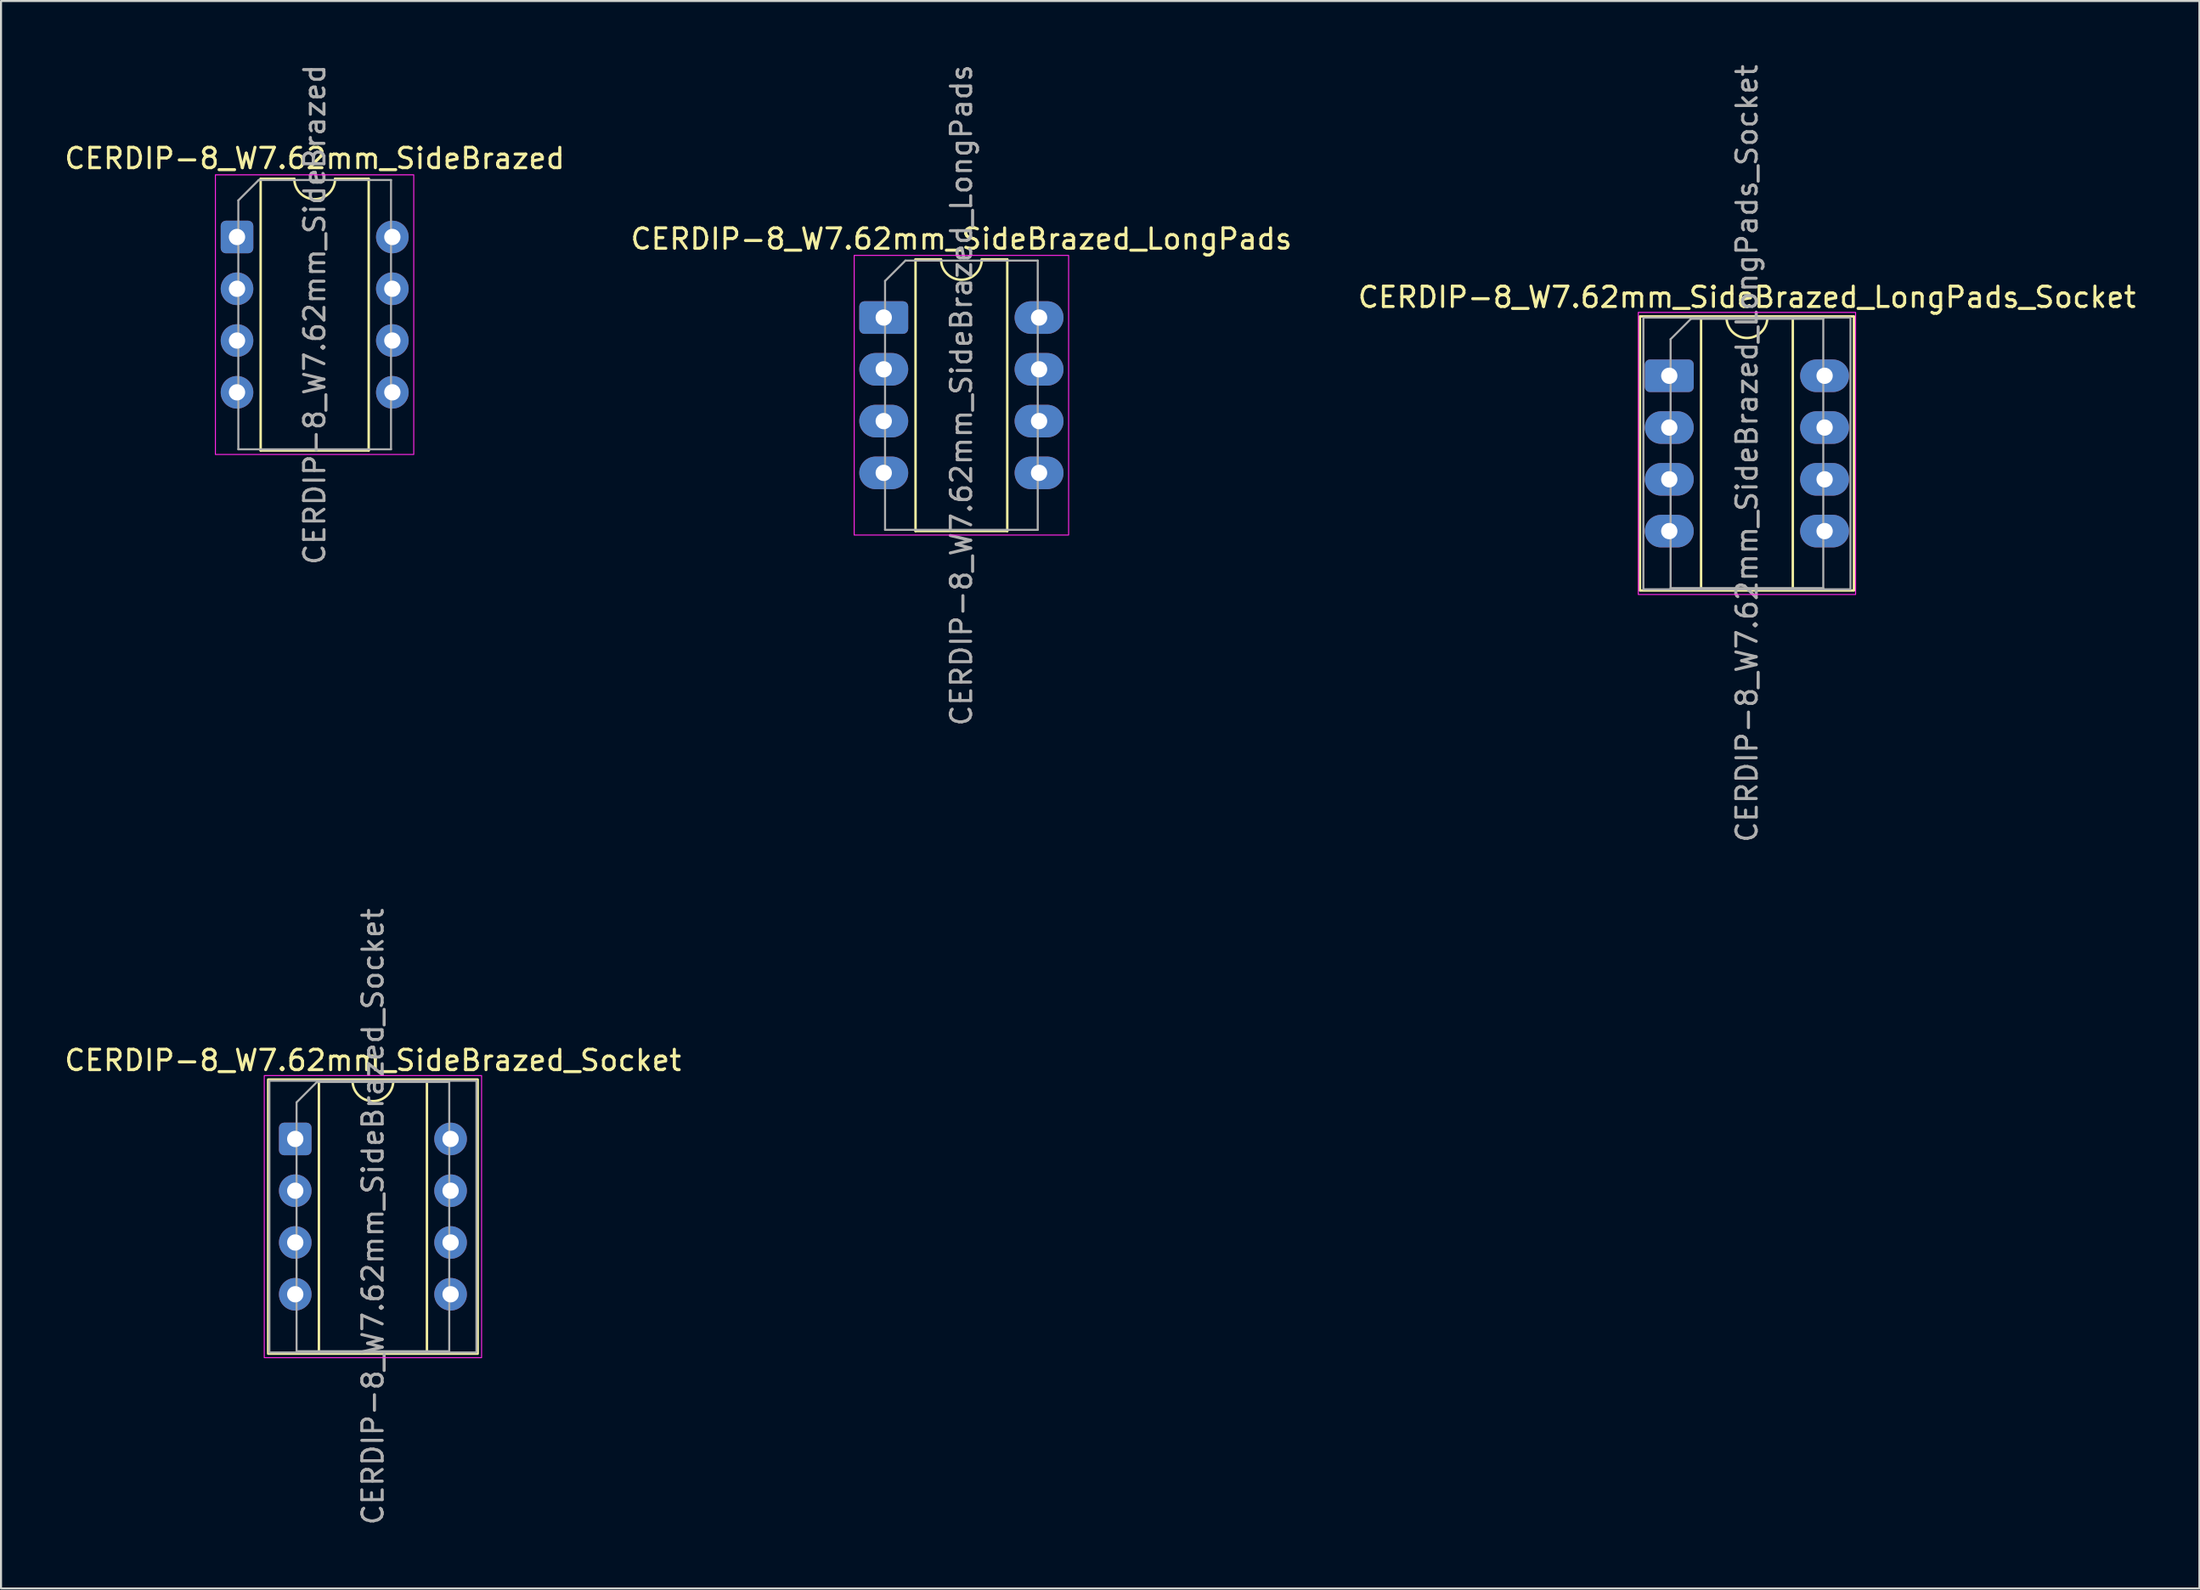
<source format=kicad_pcb>
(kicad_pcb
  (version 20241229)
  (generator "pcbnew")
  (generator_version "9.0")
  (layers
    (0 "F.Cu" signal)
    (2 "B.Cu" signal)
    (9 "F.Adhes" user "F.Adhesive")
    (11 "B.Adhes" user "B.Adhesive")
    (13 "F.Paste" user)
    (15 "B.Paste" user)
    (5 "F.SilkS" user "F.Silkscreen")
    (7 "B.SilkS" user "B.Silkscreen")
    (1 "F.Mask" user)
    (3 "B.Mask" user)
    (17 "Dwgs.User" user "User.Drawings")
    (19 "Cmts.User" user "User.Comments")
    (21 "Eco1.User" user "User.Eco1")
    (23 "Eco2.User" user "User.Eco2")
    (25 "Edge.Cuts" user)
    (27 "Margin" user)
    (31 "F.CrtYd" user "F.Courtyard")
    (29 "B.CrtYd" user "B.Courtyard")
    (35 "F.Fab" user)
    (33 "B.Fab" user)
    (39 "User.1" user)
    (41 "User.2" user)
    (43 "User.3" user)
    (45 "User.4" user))
  (footprint "CERDIP-8_W7.62mm_SideBrazed_LongPads"
    (layer "F.Cu")
    (at 40.303 12.529)
    (property "Reference" "CERDIP-8_W7.62mm_SideBrazed_LongPads" (at 3.81 -3.855 0) (layer "F.SilkS") (effects (font (size 1 1) (thickness 0.15))))
    (attr through_hole)
    (fp_line (start 1.56 -2.855) (end 1.56 10.475) (stroke (width 0.12) (type solid)) (layer "F.SilkS"))
    (fp_line (start 1.56 10.475) (end 6.06 10.475) (stroke (width 0.12) (type solid)) (layer "F.SilkS"))
    (fp_line (start 2.81 -2.855) (end 1.56 -2.855) (stroke (width 0.12) (type solid)) (layer "F.SilkS"))
    (fp_line (start 6.06 -2.855) (end 4.81 -2.855) (stroke (width 0.12) (type solid)) (layer "F.SilkS"))
    (fp_line (start 6.06 10.475) (end 6.06 -2.855) (stroke (width 0.12) (type solid)) (layer "F.SilkS"))
    (fp_arc (start 4.81 -2.855) (mid 3.81 -1.855) (end 2.81 -2.855) (stroke (width 0.12) (type solid)) (layer "F.SilkS"))
    (fp_rect (start -1.45 -3.05) (end 9.07 10.67) (stroke (width 0.05) (type solid)) (fill no) (layer "F.CrtYd"))
    (fp_line (start 0.065 -1.795) (end 1.065 -2.795) (stroke (width 0.1) (type solid)) (layer "F.Fab"))
    (fp_line (start 0.065 10.415) (end 0.065 -1.795) (stroke (width 0.1) (type solid)) (layer "F.Fab"))
    (fp_line (start 1.065 -2.795) (end 7.555 -2.795) (stroke (width 0.1) (type solid)) (layer "F.Fab"))
    (fp_line (start 7.555 -2.795) (end 7.555 10.415) (stroke (width 0.1) (type solid)) (layer "F.Fab"))
    (fp_line (start 7.555 10.415) (end 0.065 10.415) (stroke (width 0.1) (type solid)) (layer "F.Fab"))
    (fp_text user "${REFERENCE}" (at 3.81 3.81 90) (layer "F.Fab") (effects (font (size 1 1) (thickness 0.15))))
    (pad "1" thru_hole roundrect (at 0 0) (size 2.4 1.6) (drill 0.8) (layers "*.Cu" "*.Mask") (roundrect_rratio 0.156))
    (pad "2" thru_hole oval (at 0 2.54) (size 2.4 1.6) (drill 0.8) (layers "*.Cu" "*.Mask"))
    (pad "3" thru_hole oval (at 0 5.08) (size 2.4 1.6) (drill 0.8) (layers "*.Cu" "*.Mask"))
    (pad "4" thru_hole oval (at 0 7.62) (size 2.4 1.6) (drill 0.8) (layers "*.Cu" "*.Mask"))
    (pad "5" thru_hole oval (at 7.62 7.62) (size 2.4 1.6) (drill 0.8) (layers "*.Cu" "*.Mask"))
    (pad "6" thru_hole oval (at 7.62 5.08) (size 2.4 1.6) (drill 0.8) (layers "*.Cu" "*.Mask"))
    (pad "7" thru_hole oval (at 7.62 2.54) (size 2.4 1.6) (drill 0.8) (layers "*.Cu" "*.Mask"))
    (pad "8" thru_hole oval (at 7.62 0) (size 2.4 1.6) (drill 0.8) (layers "*.Cu" "*.Mask")))
  (footprint "CERDIP-8_W7.62mm_SideBrazed_Socket"
    (layer "F.Cu")
    (at 11.434 52.827)
    (property "Reference" "CERDIP-8_W7.62mm_SideBrazed_Socket" (at 3.81 -3.855 0) (layer "F.SilkS") (effects (font (size 1 1) (thickness 0.15))))
    (attr through_hole)
    (fp_line (start 1.16 -2.855) (end 1.16 10.475) (stroke (width 0.12) (type solid)) (layer "F.SilkS"))
    (fp_line (start 1.16 10.475) (end 6.46 10.475) (stroke (width 0.12) (type solid)) (layer "F.SilkS"))
    (fp_line (start 2.81 -2.855) (end 1.16 -2.855) (stroke (width 0.12) (type solid)) (layer "F.SilkS"))
    (fp_line (start 6.46 -2.855) (end 4.81 -2.855) (stroke (width 0.12) (type solid)) (layer "F.SilkS"))
    (fp_line (start 6.46 10.475) (end 6.46 -2.855) (stroke (width 0.12) (type solid)) (layer "F.SilkS"))
    (fp_rect (start -1.33 -2.915) (end 8.95 10.535) (stroke (width 0.12) (type solid)) (fill no) (layer "F.SilkS"))
    (fp_arc (start 4.81 -2.855) (mid 3.81 -1.855) (end 2.81 -2.855) (stroke (width 0.12) (type solid)) (layer "F.SilkS"))
    (fp_rect (start -1.52 -3.11) (end 9.14 10.73) (stroke (width 0.05) (type solid)) (fill no) (layer "F.CrtYd"))
    (fp_line (start 0.065 -1.795) (end 1.065 -2.795) (stroke (width 0.1) (type solid)) (layer "F.Fab"))
    (fp_line (start 0.065 10.415) (end 0.065 -1.795) (stroke (width 0.1) (type solid)) (layer "F.Fab"))
    (fp_line (start 1.065 -2.795) (end 7.555 -2.795) (stroke (width 0.1) (type solid)) (layer "F.Fab"))
    (fp_line (start 7.555 -2.795) (end 7.555 10.415) (stroke (width 0.1) (type solid)) (layer "F.Fab"))
    (fp_line (start 7.555 10.415) (end 0.065 10.415) (stroke (width 0.1) (type solid)) (layer "F.Fab"))
    (fp_rect (start -1.27 -2.855) (end 8.89 10.475) (stroke (width 0.1) (type solid)) (fill no) (layer "F.Fab"))
    (fp_text user "${REFERENCE}" (at 3.81 3.81 90) (layer "F.Fab") (effects (font (size 1 1) (thickness 0.15))))
    (pad "1" thru_hole roundrect (at 0 0) (size 1.6 1.6) (drill 0.8) (layers "*.Cu" "*.Mask") (roundrect_rratio 0.156))
    (pad "2" thru_hole circle (at 0 2.54) (size 1.6 1.6) (drill 0.8) (layers "*.Cu" "*.Mask"))
    (pad "3" thru_hole circle (at 0 5.08) (size 1.6 1.6) (drill 0.8) (layers "*.Cu" "*.Mask"))
    (pad "4" thru_hole circle (at 0 7.62) (size 1.6 1.6) (drill 0.8) (layers "*.Cu" "*.Mask"))
    (pad "5" thru_hole circle (at 7.62 7.62) (size 1.6 1.6) (drill 0.8) (layers "*.Cu" "*.Mask"))
    (pad "6" thru_hole circle (at 7.62 5.08) (size 1.6 1.6) (drill 0.8) (layers "*.Cu" "*.Mask"))
    (pad "7" thru_hole circle (at 7.62 2.54) (size 1.6 1.6) (drill 0.8) (layers "*.Cu" "*.Mask"))
    (pad "8" thru_hole circle (at 7.62 0) (size 1.6 1.6) (drill 0.8) (layers "*.Cu" "*.Mask")))
  (footprint "CERDIP-8_W7.62mm_SideBrazed"
    (layer "F.Cu")
    (at 8.577 8.577)
    (property "Reference" "CERDIP-8_W7.62mm_SideBrazed" (at 3.81 -3.855 0) (layer "F.SilkS") (effects (font (size 1 1) (thickness 0.15))))
    (attr through_hole)
    (fp_line (start 1.16 -2.855) (end 1.16 10.475) (stroke (width 0.12) (type solid)) (layer "F.SilkS"))
    (fp_line (start 1.16 10.475) (end 6.46 10.475) (stroke (width 0.12) (type solid)) (layer "F.SilkS"))
    (fp_line (start 2.81 -2.855) (end 1.16 -2.855) (stroke (width 0.12) (type solid)) (layer "F.SilkS"))
    (fp_line (start 6.46 -2.855) (end 4.81 -2.855) (stroke (width 0.12) (type solid)) (layer "F.SilkS"))
    (fp_line (start 6.46 10.475) (end 6.46 -2.855) (stroke (width 0.12) (type solid)) (layer "F.SilkS"))
    (fp_arc (start 4.81 -2.855) (mid 3.81 -1.855) (end 2.81 -2.855) (stroke (width 0.12) (type solid)) (layer "F.SilkS"))
    (fp_rect (start -1.06 -3.05) (end 8.67 10.67) (stroke (width 0.05) (type solid)) (fill no) (layer "F.CrtYd"))
    (fp_line (start 0.065 -1.795) (end 1.065 -2.795) (stroke (width 0.1) (type solid)) (layer "F.Fab"))
    (fp_line (start 0.065 10.415) (end 0.065 -1.795) (stroke (width 0.1) (type solid)) (layer "F.Fab"))
    (fp_line (start 1.065 -2.795) (end 7.555 -2.795) (stroke (width 0.1) (type solid)) (layer "F.Fab"))
    (fp_line (start 7.555 -2.795) (end 7.555 10.415) (stroke (width 0.1) (type solid)) (layer "F.Fab"))
    (fp_line (start 7.555 10.415) (end 0.065 10.415) (stroke (width 0.1) (type solid)) (layer "F.Fab"))
    (fp_text user "${REFERENCE}" (at 3.81 3.81 90) (layer "F.Fab") (effects (font (size 1 1) (thickness 0.15))))
    (pad "1" thru_hole roundrect (at 0 0) (size 1.6 1.6) (drill 0.8) (layers "*.Cu" "*.Mask") (roundrect_rratio 0.156))
    (pad "2" thru_hole circle (at 0 2.54) (size 1.6 1.6) (drill 0.8) (layers "*.Cu" "*.Mask"))
    (pad "3" thru_hole circle (at 0 5.08) (size 1.6 1.6) (drill 0.8) (layers "*.Cu" "*.Mask"))
    (pad "4" thru_hole circle (at 0 7.62) (size 1.6 1.6) (drill 0.8) (layers "*.Cu" "*.Mask"))
    (pad "5" thru_hole circle (at 7.62 7.62) (size 1.6 1.6) (drill 0.8) (layers "*.Cu" "*.Mask"))
    (pad "6" thru_hole circle (at 7.62 5.08) (size 1.6 1.6) (drill 0.8) (layers "*.Cu" "*.Mask"))
    (pad "7" thru_hole circle (at 7.62 2.54) (size 1.6 1.6) (drill 0.8) (layers "*.Cu" "*.Mask"))
    (pad "8" thru_hole circle (at 7.62 0) (size 1.6 1.6) (drill 0.8) (layers "*.Cu" "*.Mask")))
  (footprint "CERDIP-8_W7.62mm_SideBrazed_LongPads_Socket"
    (layer "F.Cu")
    (at 78.839 15.386)
    (property "Reference" "CERDIP-8_W7.62mm_SideBrazed_LongPads_Socket" (at 3.81 -3.855 0) (layer "F.SilkS") (effects (font (size 1 1) (thickness 0.15))))
    (attr through_hole)
    (fp_line (start 1.56 -2.855) (end 1.56 10.475) (stroke (width 0.12) (type solid)) (layer "F.SilkS"))
    (fp_line (start 1.56 10.475) (end 6.06 10.475) (stroke (width 0.12) (type solid)) (layer "F.SilkS"))
    (fp_line (start 2.81 -2.855) (end 1.56 -2.855) (stroke (width 0.12) (type solid)) (layer "F.SilkS"))
    (fp_line (start 6.06 -2.855) (end 4.81 -2.855) (stroke (width 0.12) (type solid)) (layer "F.SilkS"))
    (fp_line (start 6.06 10.475) (end 6.06 -2.855) (stroke (width 0.12) (type solid)) (layer "F.SilkS"))
    (fp_rect (start -1.44 -2.915) (end 9.06 10.535) (stroke (width 0.12) (type solid)) (fill no) (layer "F.SilkS"))
    (fp_arc (start 4.81 -2.855) (mid 3.81 -1.855) (end 2.81 -2.855) (stroke (width 0.12) (type solid)) (layer "F.SilkS"))
    (fp_rect (start -1.52 -3.11) (end 9.14 10.73) (stroke (width 0.05) (type solid)) (fill no) (layer "F.CrtYd"))
    (fp_line (start 0.065 -1.795) (end 1.065 -2.795) (stroke (width 0.1) (type solid)) (layer "F.Fab"))
    (fp_line (start 0.065 10.415) (end 0.065 -1.795) (stroke (width 0.1) (type solid)) (layer "F.Fab"))
    (fp_line (start 1.065 -2.795) (end 7.555 -2.795) (stroke (width 0.1) (type solid)) (layer "F.Fab"))
    (fp_line (start 7.555 -2.795) (end 7.555 10.415) (stroke (width 0.1) (type solid)) (layer "F.Fab"))
    (fp_line (start 7.555 10.415) (end 0.065 10.415) (stroke (width 0.1) (type solid)) (layer "F.Fab"))
    (fp_rect (start -1.27 -2.855) (end 8.89 10.475) (stroke (width 0.1) (type solid)) (fill no) (layer "F.Fab"))
    (fp_text user "${REFERENCE}" (at 3.81 3.81 90) (layer "F.Fab") (effects (font (size 1 1) (thickness 0.15))))
    (pad "1" thru_hole roundrect (at 0 0) (size 2.4 1.6) (drill 0.8) (layers "*.Cu" "*.Mask") (roundrect_rratio 0.156))
    (pad "2" thru_hole oval (at 0 2.54) (size 2.4 1.6) (drill 0.8) (layers "*.Cu" "*.Mask"))
    (pad "3" thru_hole oval (at 0 5.08) (size 2.4 1.6) (drill 0.8) (layers "*.Cu" "*.Mask"))
    (pad "4" thru_hole oval (at 0 7.62) (size 2.4 1.6) (drill 0.8) (layers "*.Cu" "*.Mask"))
    (pad "5" thru_hole oval (at 7.62 7.62) (size 2.4 1.6) (drill 0.8) (layers "*.Cu" "*.Mask"))
    (pad "6" thru_hole oval (at 7.62 5.08) (size 2.4 1.6) (drill 0.8) (layers "*.Cu" "*.Mask"))
    (pad "7" thru_hole oval (at 7.62 2.54) (size 2.4 1.6) (drill 0.8) (layers "*.Cu" "*.Mask"))
    (pad "8" thru_hole oval (at 7.62 0) (size 2.4 1.6) (drill 0.8) (layers "*.Cu" "*.Mask")))
  (gr_rect
    (start -3 -3)
    (end 104.845 74.881)
    (stroke (width 0.1) (type default))
    (fill no)
    (layer "Edge.Cuts")))
</source>
